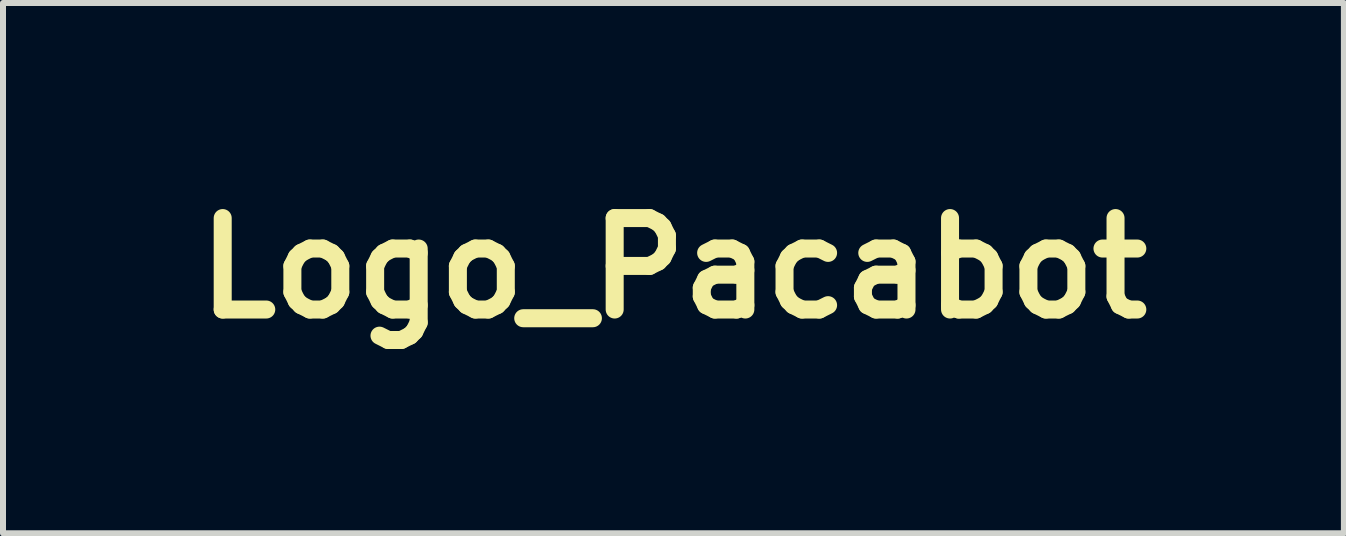
<source format=kicad_pcb>
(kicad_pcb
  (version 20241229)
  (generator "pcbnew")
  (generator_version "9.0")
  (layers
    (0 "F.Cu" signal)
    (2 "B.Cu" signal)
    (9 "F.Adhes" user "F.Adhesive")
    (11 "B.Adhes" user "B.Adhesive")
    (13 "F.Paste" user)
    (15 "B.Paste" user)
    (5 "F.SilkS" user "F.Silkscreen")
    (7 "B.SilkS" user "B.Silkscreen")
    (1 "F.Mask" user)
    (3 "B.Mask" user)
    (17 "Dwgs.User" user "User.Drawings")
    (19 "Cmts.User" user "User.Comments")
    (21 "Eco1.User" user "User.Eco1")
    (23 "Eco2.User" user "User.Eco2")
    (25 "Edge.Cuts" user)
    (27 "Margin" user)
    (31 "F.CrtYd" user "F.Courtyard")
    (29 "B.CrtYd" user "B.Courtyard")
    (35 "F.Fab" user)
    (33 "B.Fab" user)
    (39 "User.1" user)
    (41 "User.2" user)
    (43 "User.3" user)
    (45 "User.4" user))
  (footprint "Logo_Pacabot"
    (layer "F.Cu")
    (at 8.172 1.418)
    (property "Reference" "Logo_Pacabot" (at 0 0 0) (layer "F.SilkS") (effects (font (size 1.524 1.524) (thickness 0.3))))
    (attr through_hole)
    (fp_poly (pts (xy 4.08 -1.194) (xy 4.204 -1.194) (xy 4.326 -1.194) (xy 4.447 -1.194) (xy 4.565 -1.194) (xy 4.68 -1.193) (xy 4.791 -1.193) (xy 4.897 -1.193) (xy 4.998 -1.192) (xy 5.093 -1.192) (xy 5.181 -1.192) (xy 5.262 -1.191) (xy 5.335 -1.191) (xy 5.399 -1.19) (xy 5.455 -1.19) (xy 5.5 -1.189) (xy 5.534 -1.188) (xy 5.558 -1.188) (xy 5.569 -1.187) (xy 5.57 -1.187) (xy 5.595 -1.179) (xy 5.616 -1.165) (xy 5.63 -1.153) (xy 5.644 -1.137) (xy 5.654 -1.119) (xy 5.662 -1.099) (xy 5.667 -1.073) (xy 5.669 -1.04) (xy 5.67 -0.998) (xy 5.669 -0.959) (xy 5.667 -0.86) (xy 5.297 -0.859) (xy 4.928 -0.857) (xy 4.928 0.151) (xy 4.928 0.284) (xy 4.928 0.404) (xy 4.928 0.513) (xy 4.927 0.611) (xy 4.927 0.699) (xy 4.927 0.777) (xy 4.927 0.846) (xy 4.927 0.907) (xy 4.926 0.959) (xy 4.926 1.004) (xy 4.926 1.042) (xy 4.925 1.075) (xy 4.924 1.101) (xy 4.924 1.123) (xy 4.923 1.14) (xy 4.922 1.153) (xy 4.921 1.163) (xy 4.92 1.17) (xy 4.919 1.176) (xy 4.917 1.179) (xy 4.916 1.181) (xy 4.903 1.199) (xy 4.885 1.214) (xy 4.883 1.216) (xy 4.877 1.219) (xy 4.87 1.222) (xy 4.86 1.224) (xy 4.848 1.226) (xy 4.83 1.227) (xy 4.806 1.228) (xy 4.775 1.229) (xy 4.735 1.23) (xy 4.685 1.23) (xy 4.624 1.231) (xy 4.388 1.232) (xy 4.388 -0.857) (xy 2.28 -0.857) (xy 2.28 -0.976) (xy 2.28 -1.016) (xy 2.281 -1.053) (xy 2.283 -1.085) (xy 2.285 -1.108) (xy 2.287 -1.121) (xy 2.301 -1.152) (xy 2.324 -1.174) (xy 2.355 -1.187) (xy 2.357 -1.187) (xy 2.367 -1.188) (xy 2.389 -1.189) (xy 2.422 -1.189) (xy 2.466 -1.19) (xy 2.52 -1.19) (xy 2.583 -1.191) (xy 2.655 -1.191) (xy 2.735 -1.192) (xy 2.822 -1.192) (xy 2.917 -1.193) (xy 3.017 -1.193) (xy 3.122 -1.193) (xy 3.232 -1.194) (xy 3.347 -1.194) (xy 3.464 -1.194) (xy 3.585 -1.194) (xy 3.707 -1.194) (xy 3.831 -1.194) (xy 3.955 -1.194) (xy 4.08 -1.194)) (stroke (width 0.01) (type solid)) (fill yes) (layer "F.Mask"))
    (fp_poly (pts (xy -4.012 -0.119) (xy -3.108 -0.117) (xy -3.07 -0.098) (xy -3.048 -0.086) (xy -3.033 -0.073) (xy -3.021 -0.057) (xy -3.016 -0.048) (xy -3 -0.016) (xy -3 0.559) (xy -3 0.66) (xy -3 0.749) (xy -3.001 0.827) (xy -3.001 0.895) (xy -3.001 0.954) (xy -3.002 1.003) (xy -3.002 1.045) (xy -3.003 1.079) (xy -3.005 1.107) (xy -3.006 1.13) (xy -3.008 1.148) (xy -3.011 1.162) (xy -3.014 1.172) (xy -3.017 1.18) (xy -3.021 1.187) (xy -3.025 1.193) (xy -3.031 1.199) (xy -3.031 1.199) (xy -3.035 1.204) (xy -3.039 1.208) (xy -3.043 1.212) (xy -3.047 1.215) (xy -3.054 1.218) (xy -3.062 1.22) (xy -3.074 1.223) (xy -3.088 1.224) (xy -3.107 1.226) (xy -3.131 1.227) (xy -3.16 1.229) (xy -3.195 1.23) (xy -3.237 1.23) (xy -3.286 1.231) (xy -3.342 1.231) (xy -3.408 1.231) (xy -3.482 1.232) (xy -3.566 1.232) (xy -3.661 1.232) (xy -3.767 1.232) (xy -3.884 1.232) (xy -3.964 1.232) (xy -4.087 1.232) (xy -4.198 1.232) (xy -4.298 1.231) (xy -4.387 1.231) (xy -4.466 1.231) (xy -4.535 1.231) (xy -4.596 1.231) (xy -4.648 1.23) (xy -4.693 1.23) (xy -4.73 1.23) (xy -4.762 1.229) (xy -4.787 1.228) (xy -4.808 1.228) (xy -4.824 1.227) (xy -4.837 1.226) (xy -4.846 1.225) (xy -4.853 1.223) (xy -4.858 1.222) (xy -4.862 1.22) (xy -4.864 1.22) (xy -4.883 1.206) (xy -4.898 1.188) (xy -4.899 1.186) (xy -4.902 1.182) (xy -4.904 1.176) (xy -4.906 1.169) (xy -4.907 1.159) (xy -4.909 1.145) (xy -4.91 1.126) (xy -4.91 1.102) (xy -4.911 1.07) (xy -4.911 1.031) (xy -4.912 0.983) (xy -4.912 0.925) (xy -4.912 0.856) (xy -4.912 0.8) (xy -4.912 0.435) (xy -4.896 0.403) (xy -4.881 0.379) (xy -4.862 0.363) (xy -4.855 0.359) (xy -4.85 0.357) (xy -4.845 0.355) (xy -4.839 0.353) (xy -4.83 0.352) (xy -4.819 0.351) (xy -4.804 0.349) (xy -4.784 0.349) (xy -4.76 0.348) (xy -4.729 0.347) (xy -4.692 0.347) (xy -4.647 0.346) (xy -4.594 0.346) (xy -4.532 0.345) (xy -4.46 0.345) (xy -4.378 0.345) (xy -4.284 0.345) (xy -4.206 0.344) (xy -3.583 0.342) (xy -3.58 0.532) (xy -3.58 0.579) (xy -3.579 0.623) (xy -3.579 0.661) (xy -3.579 0.692) (xy -3.579 0.713) (xy -3.58 0.724) (xy -3.58 0.725) (xy -3.586 0.726) (xy -3.605 0.727) (xy -3.634 0.728) (xy -3.672 0.728) (xy -3.72 0.729) (xy -3.774 0.729) (xy -3.836 0.73) (xy -3.903 0.73) (xy -3.975 0.73) (xy -4.039 0.73) (xy -4.496 0.73) (xy -4.496 0.845) (xy -3.473 0.845) (xy -3.473 0.21) (xy -4.915 0.21) (xy -4.915 -0.121) (xy -4.012 -0.119)) (stroke (width 0.01) (type solid)) (fill yes) (layer "F.Mask"))
    (fp_poly (pts (xy -3.8 -1.191) (xy -3.7 -1.191) (xy -3.61 -1.19) (xy -3.53 -1.19) (xy -3.458 -1.19) (xy -3.395 -1.19) (xy -3.34 -1.189) (xy -3.292 -1.189) (xy -3.25 -1.188) (xy -3.214 -1.187) (xy -3.184 -1.186) (xy -3.159 -1.184) (xy -3.139 -1.183) (xy -3.122 -1.181) (xy -3.108 -1.179) (xy -3.098 -1.177) (xy -3.089 -1.175) (xy -3.082 -1.172) (xy -3.077 -1.169) (xy -3.072 -1.166) (xy -3.067 -1.162) (xy -3.061 -1.158) (xy -3.06 -1.157) (xy -3.041 -1.142) (xy -3.023 -1.123) (xy -3.018 -1.116) (xy -3 -1.09) (xy -3 -0.734) (xy -3 -0.654) (xy -3 -0.586) (xy -3.001 -0.529) (xy -3.001 -0.481) (xy -3.002 -0.441) (xy -3.004 -0.41) (xy -3.006 -0.384) (xy -3.008 -0.364) (xy -3.012 -0.349) (xy -3.016 -0.337) (xy -3.022 -0.327) (xy -3.028 -0.318) (xy -3.036 -0.31) (xy -3.044 -0.302) (xy -3.05 -0.296) (xy -3.055 -0.291) (xy -3.06 -0.286) (xy -3.065 -0.281) (xy -3.071 -0.277) (xy -3.079 -0.274) (xy -3.09 -0.271) (xy -3.103 -0.268) (xy -3.12 -0.266) (xy -3.142 -0.264) (xy -3.168 -0.262) (xy -3.199 -0.261) (xy -3.237 -0.259) (xy -3.281 -0.259) (xy -3.333 -0.258) (xy -3.393 -0.257) (xy -3.461 -0.257) (xy -3.539 -0.257) (xy -3.626 -0.256) (xy -3.724 -0.256) (xy -3.834 -0.256) (xy -3.955 -0.256) (xy -4.018 -0.256) (xy -4.915 -0.254) (xy -4.915 -0.73) (xy -3.493 -0.73) (xy -3.493 -0.864) (xy -5.048 -0.864) (xy -5.048 1.232) (xy -5.269 1.232) (xy -5.328 1.232) (xy -5.376 1.231) (xy -5.415 1.231) (xy -5.444 1.23) (xy -5.467 1.229) (xy -5.484 1.228) (xy -5.496 1.226) (xy -5.506 1.224) (xy -5.514 1.221) (xy -5.515 1.22) (xy -5.547 1.199) (xy -5.57 1.171) (xy -5.578 1.154) (xy -5.579 1.15) (xy -5.581 1.144) (xy -5.582 1.135) (xy -5.583 1.124) (xy -5.583 1.108) (xy -5.584 1.088) (xy -5.585 1.063) (xy -5.585 1.033) (xy -5.586 0.997) (xy -5.586 0.954) (xy -5.587 0.904) (xy -5.587 0.847) (xy -5.587 0.781) (xy -5.588 0.707) (xy -5.588 0.623) (xy -5.588 0.53) (xy -5.588 0.426) (xy -5.588 0.311) (xy -5.588 0.184) (xy -5.588 0.046) (xy -5.588 0.025) (xy -5.588 -0.117) (xy -5.588 -0.248) (xy -5.588 -0.366) (xy -5.588 -0.474) (xy -5.588 -0.571) (xy -5.587 -0.657) (xy -5.587 -0.735) (xy -5.587 -0.803) (xy -5.586 -0.862) (xy -5.586 -0.914) (xy -5.586 -0.958) (xy -5.585 -0.995) (xy -5.584 -1.026) (xy -5.584 -1.05) (xy -5.583 -1.069) (xy -5.582 -1.083) (xy -5.581 -1.093) (xy -5.58 -1.099) (xy -5.579 -1.1) (xy -5.56 -1.134) (xy -5.531 -1.162) (xy -5.509 -1.177) (xy -5.483 -1.191) (xy -4.308 -1.191) (xy -4.164 -1.191) (xy -4.031 -1.191) (xy -3.91 -1.191) (xy -3.8 -1.191)) (stroke (width 0.01) (type solid)) (fill yes) (layer "F.Mask"))
    (fp_poly (pts (xy -1.781 -0.721) (xy -1.671 -0.721) (xy -1.573 -0.721) (xy -1.486 -0.721) (xy -1.409 -0.72) (xy -1.342 -0.72) (xy -1.283 -0.72) (xy -1.233 -0.72) (xy -1.19 -0.719) (xy -1.153 -0.719) (xy -1.124 -0.718) (xy -1.099 -0.718) (xy -1.08 -0.717) (xy -1.065 -0.716) (xy -1.054 -0.715) (xy -1.046 -0.714) (xy -1.04 -0.712) (xy -1.036 -0.711) (xy -1.033 -0.709) (xy -1.033 -0.709) (xy -1.017 -0.696) (xy -1.003 -0.678) (xy -1.003 -0.678) (xy -1 -0.671) (xy -0.997 -0.664) (xy -0.995 -0.654) (xy -0.993 -0.641) (xy -0.992 -0.622) (xy -0.992 -0.597) (xy -0.992 -0.563) (xy -0.992 -0.52) (xy -0.992 -0.466) (xy -0.992 -0.457) (xy -0.994 -0.257) (xy -1.697 -0.256) (xy -2.4 -0.254) (xy -2.4 0.832) (xy -0.387 0.832) (xy -0.387 1.007) (xy -0.388 1.067) (xy -0.388 1.116) (xy -0.39 1.153) (xy -0.391 1.179) (xy -0.394 1.193) (xy -0.394 1.195) (xy -0.404 1.205) (xy -0.421 1.216) (xy -0.428 1.22) (xy -0.431 1.221) (xy -0.435 1.222) (xy -0.441 1.224) (xy -0.448 1.225) (xy -0.458 1.226) (xy -0.47 1.227) (xy -0.486 1.227) (xy -0.506 1.228) (xy -0.53 1.229) (xy -0.56 1.229) (xy -0.595 1.23) (xy -0.637 1.23) (xy -0.685 1.231) (xy -0.74 1.231) (xy -0.804 1.231) (xy -0.876 1.231) (xy -0.956 1.231) (xy -1.047 1.232) (xy -1.147 1.232) (xy -1.258 1.232) (xy -1.38 1.232) (xy -1.514 1.232) (xy -1.619 1.232) (xy -1.762 1.232) (xy -1.893 1.232) (xy -2.012 1.232) (xy -2.12 1.232) (xy -2.218 1.232) (xy -2.305 1.232) (xy -2.384 1.231) (xy -2.453 1.231) (xy -2.514 1.231) (xy -2.568 1.231) (xy -2.614 1.23) (xy -2.653 1.23) (xy -2.687 1.229) (xy -2.715 1.229) (xy -2.738 1.228) (xy -2.756 1.228) (xy -2.771 1.227) (xy -2.782 1.226) (xy -2.791 1.225) (xy -2.797 1.224) (xy -2.801 1.222) (xy -2.805 1.221) (xy -2.807 1.22) (xy -2.825 1.206) (xy -2.841 1.188) (xy -2.842 1.187) (xy -2.843 1.184) (xy -2.845 1.18) (xy -2.846 1.175) (xy -2.848 1.168) (xy -2.849 1.159) (xy -2.85 1.147) (xy -2.851 1.131) (xy -2.852 1.111) (xy -2.852 1.085) (xy -2.853 1.054) (xy -2.853 1.017) (xy -2.854 0.973) (xy -2.854 0.921) (xy -2.855 0.861) (xy -2.855 0.792) (xy -2.855 0.714) (xy -2.855 0.626) (xy -2.856 0.527) (xy -2.856 0.416) (xy -2.856 0.294) (xy -2.856 0.29) (xy -2.856 0.149) (xy -2.856 0.02) (xy -2.856 -0.098) (xy -2.856 -0.203) (xy -2.856 -0.297) (xy -2.856 -0.379) (xy -2.855 -0.448) (xy -2.855 -0.505) (xy -2.854 -0.55) (xy -2.853 -0.583) (xy -2.852 -0.603) (xy -2.851 -0.609) (xy -2.838 -0.64) (xy -2.816 -0.671) (xy -2.788 -0.697) (xy -2.78 -0.703) (xy -2.754 -0.721) (xy -1.902 -0.721) (xy -1.781 -0.721)) (stroke (width 0.01) (type solid)) (fill yes) (layer "F.Mask"))
    (fp_poly (pts (xy 3.067 -0.723) (xy 3.2 -0.723) (xy 3.289 -0.722) (xy 3.414 -0.722) (xy 3.526 -0.722) (xy 3.627 -0.722) (xy 3.717 -0.721) (xy 3.797 -0.721) (xy 3.868 -0.721) (xy 3.929 -0.721) (xy 3.983 -0.72) (xy 4.028 -0.72) (xy 4.067 -0.719) (xy 4.099 -0.719) (xy 4.125 -0.718) (xy 4.146 -0.717) (xy 4.163 -0.716) (xy 4.176 -0.715) (xy 4.186 -0.714) (xy 4.193 -0.713) (xy 4.198 -0.711) (xy 4.201 -0.71) (xy 4.202 -0.71) (xy 4.22 -0.696) (xy 4.234 -0.678) (xy 4.234 -0.678) (xy 4.235 -0.674) (xy 4.237 -0.67) (xy 4.238 -0.663) (xy 4.239 -0.655) (xy 4.24 -0.643) (xy 4.241 -0.627) (xy 4.242 -0.607) (xy 4.243 -0.583) (xy 4.243 -0.552) (xy 4.244 -0.516) (xy 4.244 -0.472) (xy 4.245 -0.421) (xy 4.245 -0.363) (xy 4.245 -0.295) (xy 4.246 -0.218) (xy 4.246 -0.131) (xy 4.246 -0.034) (xy 4.246 0.074) (xy 4.247 0.195) (xy 4.247 0.251) (xy 4.248 1.16) (xy 4.234 1.182) (xy 4.218 1.199) (xy 4.199 1.214) (xy 4.194 1.216) (xy 4.19 1.218) (xy 4.186 1.219) (xy 4.181 1.221) (xy 4.174 1.222) (xy 4.164 1.223) (xy 4.152 1.224) (xy 4.136 1.225) (xy 4.115 1.226) (xy 4.09 1.227) (xy 4.059 1.227) (xy 4.022 1.228) (xy 3.978 1.228) (xy 3.927 1.228) (xy 3.867 1.229) (xy 3.799 1.229) (xy 3.722 1.229) (xy 3.634 1.229) (xy 3.536 1.229) (xy 3.426 1.23) (xy 3.305 1.23) (xy 3.273 1.23) (xy 3.136 1.23) (xy 3.009 1.23) (xy 2.892 1.23) (xy 2.787 1.23) (xy 2.692 1.229) (xy 2.609 1.229) (xy 2.537 1.228) (xy 2.477 1.228) (xy 2.428 1.227) (xy 2.392 1.226) (xy 2.368 1.226) (xy 2.356 1.225) (xy 2.356 1.225) (xy 2.335 1.215) (xy 2.317 1.202) (xy 2.312 1.198) (xy 2.308 1.194) (xy 2.304 1.189) (xy 2.301 1.184) (xy 2.298 1.176) (xy 2.295 1.167) (xy 2.293 1.154) (xy 2.291 1.138) (xy 2.289 1.117) (xy 2.288 1.092) (xy 2.286 1.061) (xy 2.285 1.024) (xy 2.285 0.981) (xy 2.284 0.93) (xy 2.284 0.871) (xy 2.283 0.803) (xy 2.283 0.727) (xy 2.283 0.64) (xy 2.283 0.543) (xy 2.283 0.434) (xy 2.283 0.314) (xy 2.283 0.254) (xy 2.283 0.149) (xy 2.283 0.048) (xy 2.283 -0.05) (xy 2.283 -0.142) (xy 2.284 -0.23) (xy 2.284 -0.311) (xy 2.284 -0.384) (xy 2.285 -0.451) (xy 2.285 -0.508) (xy 2.286 -0.557) (xy 2.286 -0.595) (xy 2.287 -0.623) (xy 2.288 -0.639) (xy 2.288 -0.643) (xy 2.301 -0.674) (xy 2.323 -0.699) (xy 2.354 -0.715) (xy 2.364 -0.717) (xy 2.374 -0.718) (xy 2.395 -0.719) (xy 2.426 -0.72) (xy 2.467 -0.721) (xy 2.518 -0.721) (xy 2.581 -0.722) (xy 2.655 -0.722) (xy 2.74 -0.723) (xy 2.837 -0.723) (xy 2.946 -0.723) (xy 3.067 -0.723)) (stroke (width 0.01) (type solid)) (fill yes) (layer "F.Mask"))
    (fp_poly (pts (xy -1.471 -1.191) (xy -1.341 -1.191) (xy -1.223 -1.191) (xy -1.115 -1.191) (xy -1.018 -1.19) (xy -0.931 -1.19) (xy -0.853 -1.19) (xy -0.785 -1.19) (xy -0.724 -1.19) (xy -0.671 -1.189) (xy -0.626 -1.189) (xy -0.587 -1.189) (xy -0.554 -1.188) (xy -0.526 -1.187) (xy -0.504 -1.187) (xy -0.486 -1.186) (xy -0.472 -1.185) (xy -0.461 -1.184) (xy -0.453 -1.183) (xy -0.447 -1.182) (xy -0.443 -1.181) (xy -0.44 -1.179) (xy -0.44 -1.179) (xy -0.423 -1.167) (xy -0.407 -1.149) (xy -0.403 -1.143) (xy -0.387 -1.118) (xy -0.389 -0.221) (xy -0.389 -0.096) (xy -0.389 0.017) (xy -0.39 0.118) (xy -0.39 0.209) (xy -0.39 0.289) (xy -0.39 0.36) (xy -0.391 0.422) (xy -0.391 0.475) (xy -0.392 0.521) (xy -0.392 0.56) (xy -0.393 0.593) (xy -0.393 0.619) (xy -0.394 0.641) (xy -0.395 0.657) (xy -0.396 0.67) (xy -0.397 0.68) (xy -0.398 0.687) (xy -0.4 0.692) (xy -0.401 0.696) (xy -0.402 0.697) (xy -0.418 0.715) (xy -0.437 0.724) (xy -0.446 0.724) (xy -0.467 0.725) (xy -0.499 0.726) (xy -0.541 0.726) (xy -0.592 0.727) (xy -0.651 0.728) (xy -0.718 0.728) (xy -0.791 0.728) (xy -0.87 0.729) (xy -0.953 0.729) (xy -1.04 0.729) (xy -1.13 0.729) (xy -1.222 0.73) (xy -1.315 0.73) (xy -1.408 0.73) (xy -1.5 0.73) (xy -1.591 0.729) (xy -1.679 0.729) (xy -1.764 0.729) (xy -1.845 0.729) (xy -1.92 0.728) (xy -1.989 0.728) (xy -2.051 0.727) (xy -2.106 0.727) (xy -2.151 0.726) (xy -2.187 0.726) (xy -2.213 0.725) (xy -2.227 0.724) (xy -2.229 0.724) (xy -2.253 0.712) (xy -2.274 0.691) (xy -2.289 0.664) (xy -2.292 0.656) (xy -2.294 0.643) (xy -2.295 0.618) (xy -2.296 0.581) (xy -2.297 0.533) (xy -2.298 0.473) (xy -2.298 0.402) (xy -2.299 0.32) (xy -2.299 0.279) (xy -2.299 0.203) (xy -2.299 0.138) (xy -2.298 0.084) (xy -2.298 0.039) (xy -2.297 0.003) (xy -2.297 -0.025) (xy -2.296 -0.047) (xy -2.295 -0.062) (xy -2.293 -0.074) (xy -2.291 -0.081) (xy -2.289 -0.086) (xy -2.288 -0.088) (xy -2.285 -0.093) (xy -2.281 -0.098) (xy -2.277 -0.102) (xy -2.271 -0.106) (xy -2.263 -0.109) (xy -2.252 -0.111) (xy -2.237 -0.114) (xy -2.218 -0.115) (xy -2.194 -0.117) (xy -2.163 -0.118) (xy -2.126 -0.119) (xy -2.082 -0.12) (xy -2.029 -0.12) (xy -1.968 -0.12) (xy -1.897 -0.121) (xy -1.815 -0.121) (xy -1.722 -0.121) (xy -1.617 -0.121) (xy -0.99 -0.121) (xy -0.992 0.04) (xy -0.994 0.2) (xy -1.348 0.202) (xy -1.702 0.203) (xy -1.702 0.349) (xy -0.889 0.349) (xy -0.889 -0.864) (xy -1.872 -0.865) (xy -2.854 -0.867) (xy -2.854 -0.978) (xy -2.854 -1.018) (xy -2.854 -1.048) (xy -2.853 -1.07) (xy -2.851 -1.086) (xy -2.848 -1.098) (xy -2.843 -1.109) (xy -2.837 -1.121) (xy -2.837 -1.122) (xy -2.815 -1.153) (xy -2.793 -1.173) (xy -2.766 -1.191) (xy -1.613 -1.191) (xy -1.471 -1.191)) (stroke (width 0.01) (type solid)) (fill yes) (layer "F.Mask"))
    (fp_poly (pts (xy 1.439 -1.194) (xy 1.534 -1.194) (xy 1.62 -1.194) (xy 1.696 -1.193) (xy 1.764 -1.193) (xy 1.823 -1.192) (xy 1.875 -1.192) (xy 1.92 -1.191) (xy 1.958 -1.19) (xy 1.99 -1.189) (xy 2.017 -1.187) (xy 2.039 -1.186) (xy 2.057 -1.184) (xy 2.072 -1.182) (xy 2.083 -1.179) (xy 2.091 -1.176) (xy 2.098 -1.173) (xy 2.103 -1.17) (xy 2.108 -1.166) (xy 2.112 -1.162) (xy 2.116 -1.157) (xy 2.119 -1.155) (xy 2.14 -1.134) (xy 2.14 -0.727) (xy 2.14 -0.645) (xy 2.14 -0.575) (xy 2.14 -0.515) (xy 2.139 -0.465) (xy 2.139 -0.424) (xy 2.139 -0.391) (xy 2.138 -0.365) (xy 2.137 -0.344) (xy 2.136 -0.329) (xy 2.134 -0.318) (xy 2.133 -0.309) (xy 2.131 -0.303) (xy 2.128 -0.298) (xy 2.115 -0.28) (xy 2.097 -0.266) (xy 2.095 -0.265) (xy 2.091 -0.264) (xy 2.087 -0.262) (xy 2.08 -0.261) (xy 2.071 -0.26) (xy 2.058 -0.259) (xy 2.042 -0.258) (xy 2.022 -0.257) (xy 1.996 -0.256) (xy 1.965 -0.256) (xy 1.928 -0.255) (xy 1.884 -0.255) (xy 1.832 -0.255) (xy 1.772 -0.255) (xy 1.703 -0.254) (xy 1.624 -0.254) (xy 1.536 -0.254) (xy 1.437 -0.254) (xy 1.326 -0.254) (xy 1.203 -0.254) (xy 1.189 -0.254) (xy 0.305 -0.254) (xy 0.305 -0.121) (xy 1.203 -0.119) (xy 2.102 -0.117) (xy 2.119 -0.1) (xy 2.137 -0.082) (xy 2.139 0.529) (xy 2.139 0.646) (xy 2.139 0.75) (xy 2.139 0.843) (xy 2.139 0.923) (xy 2.138 0.991) (xy 2.138 1.048) (xy 2.137 1.093) (xy 2.136 1.127) (xy 2.135 1.15) (xy 2.134 1.162) (xy 2.134 1.163) (xy 2.12 1.189) (xy 2.097 1.21) (xy 2.068 1.224) (xy 2.065 1.225) (xy 2.056 1.225) (xy 2.036 1.226) (xy 2.004 1.227) (xy 1.962 1.227) (xy 1.91 1.228) (xy 1.85 1.229) (xy 1.782 1.229) (xy 1.707 1.23) (xy 1.625 1.23) (xy 1.538 1.231) (xy 1.447 1.232) (xy 1.351 1.232) (xy 1.253 1.233) (xy 1.152 1.233) (xy 1.05 1.233) (xy 0.948 1.234) (xy 0.845 1.234) (xy 0.744 1.234) (xy 0.644 1.235) (xy 0.547 1.235) (xy 0.453 1.235) (xy 0.363 1.235) (xy 0.279 1.235) (xy 0.2 1.235) (xy 0.128 1.235) (xy 0.064 1.234) (xy 0.007 1.234) (xy -0.04 1.234) (xy -0.078 1.233) (xy -0.104 1.233) (xy -0.116 1.233) (xy -0.151 1.231) (xy -0.175 1.229) (xy -0.192 1.227) (xy -0.203 1.224) (xy -0.212 1.219) (xy -0.219 1.213) (xy -0.221 1.211) (xy -0.238 1.194) (xy -0.24 1.013) (xy -0.242 0.832) (xy 1.626 0.832) (xy 1.626 0.705) (xy 1.507 0.704) (xy 1.485 0.704) (xy 1.452 0.704) (xy 1.408 0.703) (xy 1.354 0.703) (xy 1.291 0.703) (xy 1.219 0.702) (xy 1.141 0.702) (xy 1.056 0.701) (xy 0.965 0.701) (xy 0.87 0.701) (xy 0.772 0.7) (xy 0.671 0.7) (xy 0.575 0.699) (xy -0.238 0.695) (xy -0.241 -0.724) (xy 0.692 -0.724) (xy 1.626 -0.724) (xy 1.626 -0.857) (xy 0.694 -0.859) (xy -0.238 -0.86) (xy -0.24 -0.973) (xy -0.24 -1.016) (xy -0.239 -1.053) (xy -0.238 -1.084) (xy -0.236 -1.105) (xy -0.235 -1.112) (xy -0.222 -1.14) (xy -0.203 -1.165) (xy -0.179 -1.182) (xy -0.166 -1.187) (xy -0.156 -1.188) (xy -0.134 -1.189) (xy -0.099 -1.19) (xy -0.051 -1.191) (xy 0.009 -1.191) (xy 0.082 -1.192) (xy 0.167 -1.192) (xy 0.264 -1.193) (xy 0.374 -1.193) (xy 0.496 -1.193) (xy 0.63 -1.194) (xy 0.776 -1.194) (xy 0.934 -1.194) (xy 0.947 -1.194) (xy 1.087 -1.194) (xy 1.216 -1.194) (xy 1.333 -1.194) (xy 1.439 -1.194)) (stroke (width 0.01) (type solid)) (fill yes) (layer "F.Mask")))
  (gr_rect
    (start -3 -3)
    (end 19.343 5.836)
    (stroke (width 0.1) (type default))
    (fill no)
    (layer "Edge.Cuts")))
</source>
